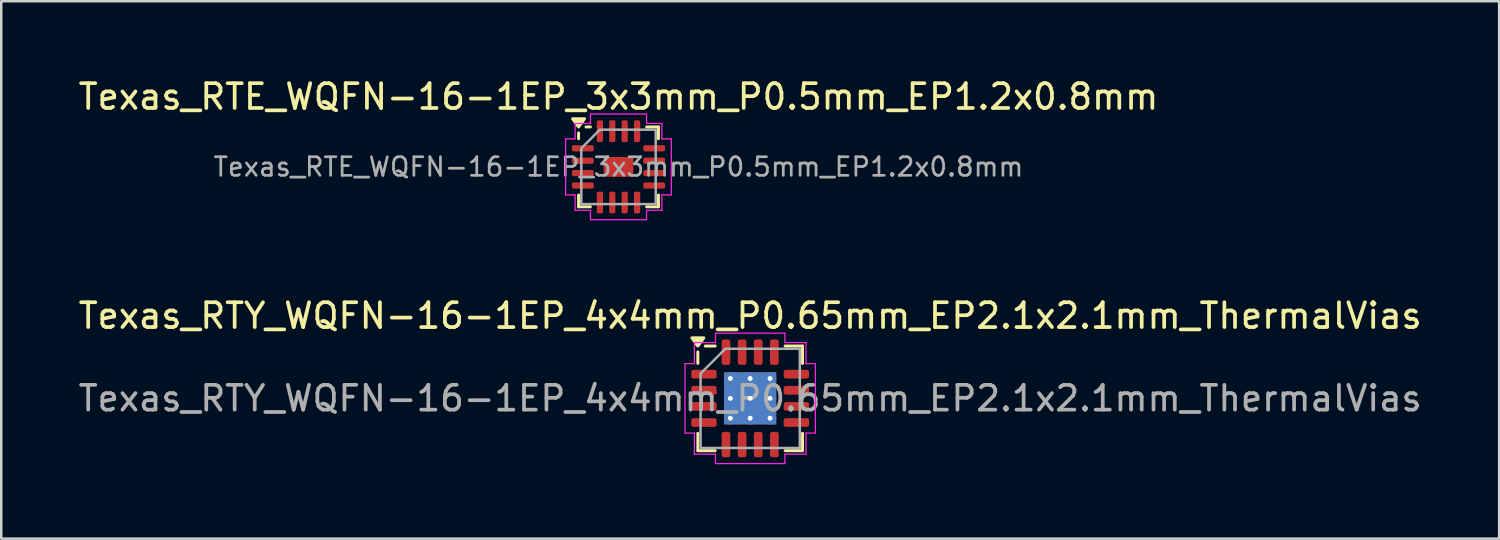
<source format=kicad_pcb>
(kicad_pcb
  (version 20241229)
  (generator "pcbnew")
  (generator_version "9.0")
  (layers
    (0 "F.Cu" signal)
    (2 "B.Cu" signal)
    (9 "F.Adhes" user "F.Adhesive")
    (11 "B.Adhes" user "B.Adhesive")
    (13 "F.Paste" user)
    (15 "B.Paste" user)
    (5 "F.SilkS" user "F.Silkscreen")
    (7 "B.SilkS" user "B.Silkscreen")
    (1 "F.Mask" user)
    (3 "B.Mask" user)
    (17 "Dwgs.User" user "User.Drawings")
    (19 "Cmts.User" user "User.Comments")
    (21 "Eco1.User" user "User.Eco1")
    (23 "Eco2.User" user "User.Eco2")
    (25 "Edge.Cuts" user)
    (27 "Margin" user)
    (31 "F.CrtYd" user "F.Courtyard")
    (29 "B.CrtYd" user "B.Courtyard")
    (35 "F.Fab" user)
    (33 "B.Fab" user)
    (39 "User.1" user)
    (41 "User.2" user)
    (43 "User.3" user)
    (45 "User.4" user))
  (footprint "Texas_RTE_WQFN-16-1EP_3x3mm_P0.5mm_EP1.2x0.8mm"
    (layer "F.Cu")
    (at 21.887 3.678)
    (property "Reference" "Texas_RTE_WQFN-16-1EP_3x3mm_P0.5mm_EP1.2x0.8mm" (at 0 -2.83 0) (layer "F.SilkS") (effects (font (size 1 1) (thickness 0.15))))
    (attr smd)
    (fp_line (start -1.61 -1.135) (end -1.61 -1.37) (stroke (width 0.12) (type solid)) (layer "F.SilkS"))
    (fp_line (start -1.61 1.61) (end -1.61 1.135) (stroke (width 0.12) (type solid)) (layer "F.SilkS"))
    (fp_line (start -1.135 -1.61) (end -1.31 -1.61) (stroke (width 0.12) (type solid)) (layer "F.SilkS"))
    (fp_line (start -1.135 1.61) (end -1.61 1.61) (stroke (width 0.12) (type solid)) (layer "F.SilkS"))
    (fp_line (start 1.135 -1.61) (end 1.61 -1.61) (stroke (width 0.12) (type solid)) (layer "F.SilkS"))
    (fp_line (start 1.135 1.61) (end 1.61 1.61) (stroke (width 0.12) (type solid)) (layer "F.SilkS"))
    (fp_line (start 1.61 -1.61) (end 1.61 -1.135) (stroke (width 0.12) (type solid)) (layer "F.SilkS"))
    (fp_line (start 1.61 1.61) (end 1.61 1.135) (stroke (width 0.12) (type solid)) (layer "F.SilkS"))
    (fp_poly (pts (xy -1.61 -1.61) (xy -1.85 -1.94) (xy -1.37 -1.94)) (stroke (width 0.12) (type solid)) (fill yes) (layer "F.SilkS"))
    (fp_line (start -2.13 -1.13) (end -1.75 -1.13) (stroke (width 0.05) (type solid)) (layer "F.CrtYd"))
    (fp_line (start -2.13 1.13) (end -2.13 -1.13) (stroke (width 0.05) (type solid)) (layer "F.CrtYd"))
    (fp_line (start -1.75 -1.75) (end -1.13 -1.75) (stroke (width 0.05) (type solid)) (layer "F.CrtYd"))
    (fp_line (start -1.75 -1.13) (end -1.75 -1.75) (stroke (width 0.05) (type solid)) (layer "F.CrtYd"))
    (fp_line (start -1.75 1.13) (end -2.13 1.13) (stroke (width 0.05) (type solid)) (layer "F.CrtYd"))
    (fp_line (start -1.75 1.75) (end -1.75 1.13) (stroke (width 0.05) (type solid)) (layer "F.CrtYd"))
    (fp_line (start -1.13 -2.13) (end 1.13 -2.13) (stroke (width 0.05) (type solid)) (layer "F.CrtYd"))
    (fp_line (start -1.13 -1.75) (end -1.13 -2.13) (stroke (width 0.05) (type solid)) (layer "F.CrtYd"))
    (fp_line (start -1.13 1.75) (end -1.75 1.75) (stroke (width 0.05) (type solid)) (layer "F.CrtYd"))
    (fp_line (start -1.13 2.13) (end -1.13 1.75) (stroke (width 0.05) (type solid)) (layer "F.CrtYd"))
    (fp_line (start 1.13 -2.13) (end 1.13 -1.75) (stroke (width 0.05) (type solid)) (layer "F.CrtYd"))
    (fp_line (start 1.13 -1.75) (end 1.75 -1.75) (stroke (width 0.05) (type solid)) (layer "F.CrtYd"))
    (fp_line (start 1.13 1.75) (end 1.13 2.13) (stroke (width 0.05) (type solid)) (layer "F.CrtYd"))
    (fp_line (start 1.13 2.13) (end -1.13 2.13) (stroke (width 0.05) (type solid)) (layer "F.CrtYd"))
    (fp_line (start 1.75 -1.75) (end 1.75 -1.13) (stroke (width 0.05) (type solid)) (layer "F.CrtYd"))
    (fp_line (start 1.75 -1.13) (end 2.13 -1.13) (stroke (width 0.05) (type solid)) (layer "F.CrtYd"))
    (fp_line (start 1.75 1.13) (end 1.75 1.75) (stroke (width 0.05) (type solid)) (layer "F.CrtYd"))
    (fp_line (start 1.75 1.75) (end 1.13 1.75) (stroke (width 0.05) (type solid)) (layer "F.CrtYd"))
    (fp_line (start 2.13 -1.13) (end 2.13 1.13) (stroke (width 0.05) (type solid)) (layer "F.CrtYd"))
    (fp_line (start 2.13 1.13) (end 1.75 1.13) (stroke (width 0.05) (type solid)) (layer "F.CrtYd"))
    (fp_poly (pts (xy -1.5 -0.75) (xy -1.5 1.5) (xy 1.5 1.5) (xy 1.5 -1.5) (xy -0.75 -1.5)) (stroke (width 0.1) (type solid)) (fill no) (layer "F.Fab"))
    (fp_text user "${REFERENCE}" (at 0 0 0) (layer "F.Fab") (effects (font (size 0.75 0.75) (thickness 0.11))))
    (pad "" smd roundrect (at -0.3 -0.2) (size 0.48 0.32) (layers "F.Paste") (roundrect_rratio 0.25))
    (pad "" smd roundrect (at -0.3 0.2) (size 0.48 0.32) (layers "F.Paste") (roundrect_rratio 0.25))
    (pad "" smd roundrect (at 0.3 -0.2) (size 0.48 0.32) (layers "F.Paste") (roundrect_rratio 0.25))
    (pad "" smd roundrect (at 0.3 0.2) (size 0.48 0.32) (layers "F.Paste") (roundrect_rratio 0.25))
    (pad "1" smd roundrect (at -1.438 -0.75) (size 0.875 0.25) (layers "F.Cu" "F.Mask" "F.Paste") (roundrect_rratio 0.25))
    (pad "2" smd roundrect (at -1.438 -0.25) (size 0.875 0.25) (layers "F.Cu" "F.Mask" "F.Paste") (roundrect_rratio 0.25))
    (pad "3" smd roundrect (at -1.438 0.25) (size 0.875 0.25) (layers "F.Cu" "F.Mask" "F.Paste") (roundrect_rratio 0.25))
    (pad "4" smd roundrect (at -1.438 0.75) (size 0.875 0.25) (layers "F.Cu" "F.Mask" "F.Paste") (roundrect_rratio 0.25))
    (pad "5" smd roundrect (at -0.75 1.438) (size 0.25 0.875) (layers "F.Cu" "F.Mask" "F.Paste") (roundrect_rratio 0.25))
    (pad "6" smd roundrect (at -0.25 1.438) (size 0.25 0.875) (layers "F.Cu" "F.Mask" "F.Paste") (roundrect_rratio 0.25))
    (pad "7" smd roundrect (at 0.25 1.438) (size 0.25 0.875) (layers "F.Cu" "F.Mask" "F.Paste") (roundrect_rratio 0.25))
    (pad "8" smd roundrect (at 0.75 1.438) (size 0.25 0.875) (layers "F.Cu" "F.Mask" "F.Paste") (roundrect_rratio 0.25))
    (pad "9" smd roundrect (at 1.438 0.75) (size 0.875 0.25) (layers "F.Cu" "F.Mask" "F.Paste") (roundrect_rratio 0.25))
    (pad "10" smd roundrect (at 1.438 0.25) (size 0.875 0.25) (layers "F.Cu" "F.Mask" "F.Paste") (roundrect_rratio 0.25))
    (pad "11" smd roundrect (at 1.438 -0.25) (size 0.875 0.25) (layers "F.Cu" "F.Mask" "F.Paste") (roundrect_rratio 0.25))
    (pad "12" smd roundrect (at 1.438 -0.75) (size 0.875 0.25) (layers "F.Cu" "F.Mask" "F.Paste") (roundrect_rratio 0.25))
    (pad "13" smd roundrect (at 0.75 -1.438) (size 0.25 0.875) (layers "F.Cu" "F.Mask" "F.Paste") (roundrect_rratio 0.25))
    (pad "14" smd roundrect (at 0.25 -1.438) (size 0.25 0.875) (layers "F.Cu" "F.Mask" "F.Paste") (roundrect_rratio 0.25))
    (pad "15" smd roundrect (at -0.25 -1.438) (size 0.25 0.875) (layers "F.Cu" "F.Mask" "F.Paste") (roundrect_rratio 0.25))
    (pad "16" smd roundrect (at -0.75 -1.438) (size 0.25 0.875) (layers "F.Cu" "F.Mask" "F.Paste") (roundrect_rratio 0.25))
    (pad "17" smd rect (at 0 0) (size 1.2 0.8) (property pad_prop_heatsink) (layers "F.Cu" "F.Mask")))
  (footprint "Texas_RTY_WQFN-16-1EP_4x4mm_P0.65mm_EP2.1x2.1mm_ThermalVias"
    (layer "F.Cu")
    (at 27.196 13.011)
    (property "Reference" "Texas_RTY_WQFN-16-1EP_4x4mm_P0.65mm_EP2.1x2.1mm_ThermalVias" (at 0 -3.33 0) (layer "F.SilkS") (effects (font (size 1 1) (thickness 0.15))))
    (attr smd)
    (fp_line (start -2.11 -1.41) (end -2.11 -1.87) (stroke (width 0.12) (type solid)) (layer "F.SilkS"))
    (fp_line (start -2.11 2.11) (end -2.11 1.41) (stroke (width 0.12) (type solid)) (layer "F.SilkS"))
    (fp_line (start -1.41 -2.11) (end -1.81 -2.11) (stroke (width 0.12) (type solid)) (layer "F.SilkS"))
    (fp_line (start -1.41 2.11) (end -2.11 2.11) (stroke (width 0.12) (type solid)) (layer "F.SilkS"))
    (fp_line (start 1.41 -2.11) (end 2.11 -2.11) (stroke (width 0.12) (type solid)) (layer "F.SilkS"))
    (fp_line (start 1.41 2.11) (end 2.11 2.11) (stroke (width 0.12) (type solid)) (layer "F.SilkS"))
    (fp_line (start 2.11 -2.11) (end 2.11 -1.41) (stroke (width 0.12) (type solid)) (layer "F.SilkS"))
    (fp_line (start 2.11 2.11) (end 2.11 1.41) (stroke (width 0.12) (type solid)) (layer "F.SilkS"))
    (fp_poly (pts (xy -2.11 -2.11) (xy -2.35 -2.44) (xy -1.87 -2.44)) (stroke (width 0.12) (type solid)) (fill yes) (layer "F.SilkS"))
    (fp_line (start -2.63 -1.4) (end -2.25 -1.4) (stroke (width 0.05) (type solid)) (layer "F.CrtYd"))
    (fp_line (start -2.63 1.4) (end -2.63 -1.4) (stroke (width 0.05) (type solid)) (layer "F.CrtYd"))
    (fp_line (start -2.25 -2.25) (end -1.4 -2.25) (stroke (width 0.05) (type solid)) (layer "F.CrtYd"))
    (fp_line (start -2.25 -1.4) (end -2.25 -2.25) (stroke (width 0.05) (type solid)) (layer "F.CrtYd"))
    (fp_line (start -2.25 1.4) (end -2.63 1.4) (stroke (width 0.05) (type solid)) (layer "F.CrtYd"))
    (fp_line (start -2.25 2.25) (end -2.25 1.4) (stroke (width 0.05) (type solid)) (layer "F.CrtYd"))
    (fp_line (start -1.4 -2.63) (end 1.4 -2.63) (stroke (width 0.05) (type solid)) (layer "F.CrtYd"))
    (fp_line (start -1.4 -2.25) (end -1.4 -2.63) (stroke (width 0.05) (type solid)) (layer "F.CrtYd"))
    (fp_line (start -1.4 2.25) (end -2.25 2.25) (stroke (width 0.05) (type solid)) (layer "F.CrtYd"))
    (fp_line (start -1.4 2.63) (end -1.4 2.25) (stroke (width 0.05) (type solid)) (layer "F.CrtYd"))
    (fp_line (start 1.4 -2.63) (end 1.4 -2.25) (stroke (width 0.05) (type solid)) (layer "F.CrtYd"))
    (fp_line (start 1.4 -2.25) (end 2.25 -2.25) (stroke (width 0.05) (type solid)) (layer "F.CrtYd"))
    (fp_line (start 1.4 2.25) (end 1.4 2.63) (stroke (width 0.05) (type solid)) (layer "F.CrtYd"))
    (fp_line (start 1.4 2.63) (end -1.4 2.63) (stroke (width 0.05) (type solid)) (layer "F.CrtYd"))
    (fp_line (start 2.25 -2.25) (end 2.25 -1.4) (stroke (width 0.05) (type solid)) (layer "F.CrtYd"))
    (fp_line (start 2.25 -1.4) (end 2.63 -1.4) (stroke (width 0.05) (type solid)) (layer "F.CrtYd"))
    (fp_line (start 2.25 1.4) (end 2.25 2.25) (stroke (width 0.05) (type solid)) (layer "F.CrtYd"))
    (fp_line (start 2.25 2.25) (end 1.4 2.25) (stroke (width 0.05) (type solid)) (layer "F.CrtYd"))
    (fp_line (start 2.63 -1.4) (end 2.63 1.4) (stroke (width 0.05) (type solid)) (layer "F.CrtYd"))
    (fp_line (start 2.63 1.4) (end 2.25 1.4) (stroke (width 0.05) (type solid)) (layer "F.CrtYd"))
    (fp_poly (pts (xy -2 -1) (xy -2 2) (xy 2 2) (xy 2 -2) (xy -1 -2)) (stroke (width 0.1) (type solid)) (fill no) (layer "F.Fab"))
    (fp_text user "${REFERENCE}" (at 0 0 0) (layer "F.Fab") (effects (font (size 1 1) (thickness 0.15))))
    (pad "" smd roundrect (at -0.525 -0.525) (size 0.88 0.88) (layers "F.Paste") (roundrect_rratio 0.25))
    (pad "" smd roundrect (at -0.525 0.525) (size 0.88 0.88) (layers "F.Paste") (roundrect_rratio 0.25))
    (pad "" smd roundrect (at 0.525 -0.525) (size 0.88 0.88) (layers "F.Paste") (roundrect_rratio 0.25))
    (pad "" smd roundrect (at 0.525 0.525) (size 0.88 0.88) (layers "F.Paste") (roundrect_rratio 0.25))
    (pad "1" smd roundrect (at -1.863 -0.975) (size 1.025 0.35) (layers "F.Cu" "F.Mask" "F.Paste") (roundrect_rratio 0.25))
    (pad "2" smd roundrect (at -1.863 -0.325) (size 1.025 0.35) (layers "F.Cu" "F.Mask" "F.Paste") (roundrect_rratio 0.25))
    (pad "3" smd roundrect (at -1.863 0.325) (size 1.025 0.35) (layers "F.Cu" "F.Mask" "F.Paste") (roundrect_rratio 0.25))
    (pad "4" smd roundrect (at -1.863 0.975) (size 1.025 0.35) (layers "F.Cu" "F.Mask" "F.Paste") (roundrect_rratio 0.25))
    (pad "5" smd roundrect (at -0.975 1.863) (size 0.35 1.025) (layers "F.Cu" "F.Mask" "F.Paste") (roundrect_rratio 0.25))
    (pad "6" smd roundrect (at -0.325 1.863) (size 0.35 1.025) (layers "F.Cu" "F.Mask" "F.Paste") (roundrect_rratio 0.25))
    (pad "7" smd roundrect (at 0.325 1.863) (size 0.35 1.025) (layers "F.Cu" "F.Mask" "F.Paste") (roundrect_rratio 0.25))
    (pad "8" smd roundrect (at 0.975 1.863) (size 0.35 1.025) (layers "F.Cu" "F.Mask" "F.Paste") (roundrect_rratio 0.25))
    (pad "9" smd roundrect (at 1.863 0.975) (size 1.025 0.35) (layers "F.Cu" "F.Mask" "F.Paste") (roundrect_rratio 0.25))
    (pad "10" smd roundrect (at 1.863 0.325) (size 1.025 0.35) (layers "F.Cu" "F.Mask" "F.Paste") (roundrect_rratio 0.25))
    (pad "11" smd roundrect (at 1.863 -0.325) (size 1.025 0.35) (layers "F.Cu" "F.Mask" "F.Paste") (roundrect_rratio 0.25))
    (pad "12" smd roundrect (at 1.863 -0.975) (size 1.025 0.35) (layers "F.Cu" "F.Mask" "F.Paste") (roundrect_rratio 0.25))
    (pad "13" smd roundrect (at 0.975 -1.863) (size 0.35 1.025) (layers "F.Cu" "F.Mask" "F.Paste") (roundrect_rratio 0.25))
    (pad "14" smd roundrect (at 0.325 -1.863) (size 0.35 1.025) (layers "F.Cu" "F.Mask" "F.Paste") (roundrect_rratio 0.25))
    (pad "15" smd roundrect (at -0.325 -1.863) (size 0.35 1.025) (layers "F.Cu" "F.Mask" "F.Paste") (roundrect_rratio 0.25))
    (pad "16" smd roundrect (at -0.975 -1.863) (size 0.35 1.025) (layers "F.Cu" "F.Mask" "F.Paste") (roundrect_rratio 0.25))
    (pad "17" thru_hole circle (at -0.8 -0.8) (size 0.5 0.5) (drill 0.2) (property pad_prop_heatsink) (layers "*.Cu"))
    (pad "17" thru_hole circle (at -0.8 0) (size 0.5 0.5) (drill 0.2) (property pad_prop_heatsink) (layers "*.Cu"))
    (pad "17" thru_hole circle (at -0.8 0.8) (size 0.5 0.5) (drill 0.2) (property pad_prop_heatsink) (layers "*.Cu"))
    (pad "17" thru_hole circle (at 0 -0.8) (size 0.5 0.5) (drill 0.2) (property pad_prop_heatsink) (layers "*.Cu"))
    (pad "17" thru_hole circle (at 0 0) (size 0.5 0.5) (drill 0.2) (property pad_prop_heatsink) (layers "*.Cu"))
    (pad "17" smd rect (at 0 0) (size 2.1 2.1) (property pad_prop_heatsink) (layers "F.Cu" "F.Mask"))
    (pad "17" smd rect (at 0 0) (size 2.1 2.1) (property pad_prop_heatsink) (layers "B.Cu"))
    (pad "17" thru_hole circle (at 0 0.8) (size 0.5 0.5) (drill 0.2) (property pad_prop_heatsink) (layers "*.Cu"))
    (pad "17" thru_hole circle (at 0.8 -0.8) (size 0.5 0.5) (drill 0.2) (property pad_prop_heatsink) (layers "*.Cu"))
    (pad "17" thru_hole circle (at 0.8 0) (size 0.5 0.5) (drill 0.2) (property pad_prop_heatsink) (layers "*.Cu"))
    (pad "17" thru_hole circle (at 0.8 0.8) (size 0.5 0.5) (drill 0.2) (property pad_prop_heatsink) (layers "*.Cu")))
  (gr_rect
    (start -3 -3)
    (end 57.393 18.666)
    (stroke (width 0.1) (type default))
    (fill no)
    (layer "Edge.Cuts")))
</source>
